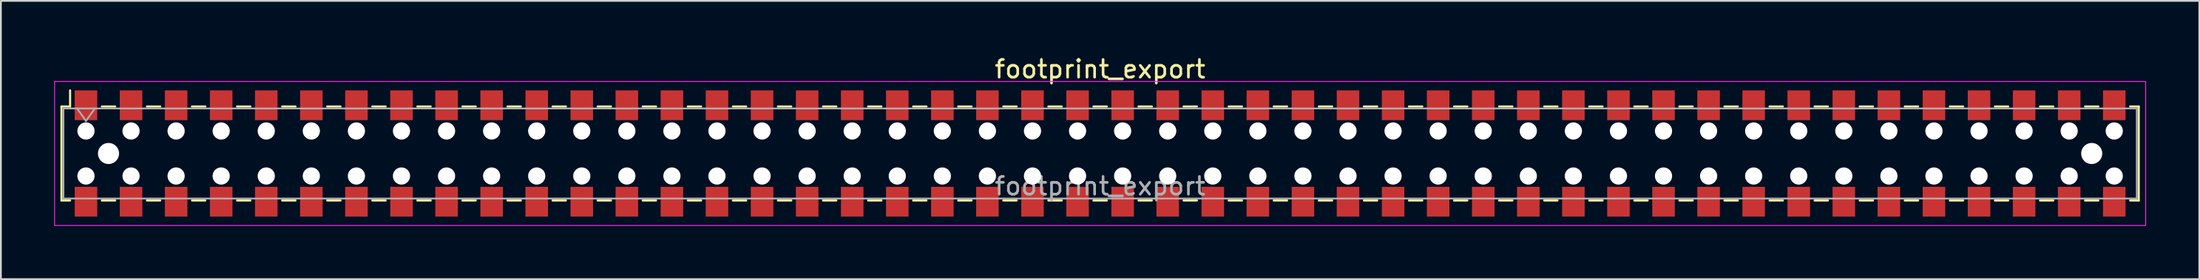
<source format=kicad_pcb>
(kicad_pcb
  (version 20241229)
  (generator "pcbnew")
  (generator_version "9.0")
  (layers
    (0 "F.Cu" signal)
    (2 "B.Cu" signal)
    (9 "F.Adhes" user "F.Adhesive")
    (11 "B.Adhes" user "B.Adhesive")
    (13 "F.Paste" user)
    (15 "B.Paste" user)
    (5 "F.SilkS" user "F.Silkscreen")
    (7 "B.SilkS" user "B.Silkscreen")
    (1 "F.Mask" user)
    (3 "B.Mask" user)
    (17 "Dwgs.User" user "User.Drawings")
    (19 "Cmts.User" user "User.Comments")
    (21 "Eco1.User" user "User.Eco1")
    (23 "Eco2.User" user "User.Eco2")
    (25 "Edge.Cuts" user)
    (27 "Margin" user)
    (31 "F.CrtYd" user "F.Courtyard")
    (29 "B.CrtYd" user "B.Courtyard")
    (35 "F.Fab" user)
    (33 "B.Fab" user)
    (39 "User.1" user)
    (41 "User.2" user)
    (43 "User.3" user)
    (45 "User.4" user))
  (footprint "footprint_export"
    (layer "F.Cu")
    (at 58.945 5.608)
    (property "Reference" "footprint_export" (at 0 -4.76 0) (layer "F.SilkS") (effects (font (size 1 1) (thickness 0.15))))
    (attr smd)
    (fp_line (start -58.53 -2.65) (end -58.53 2.65) (stroke (width 0.12) (type solid)) (layer "F.SilkS"))
    (fp_line (start -58.53 2.65) (end -58.045 2.65) (stroke (width 0.12) (type solid)) (layer "F.SilkS"))
    (fp_line (start -58.045 -3.56) (end -58.045 -2.65) (stroke (width 0.12) (type solid)) (layer "F.SilkS"))
    (fp_line (start -58.045 -2.65) (end -58.53 -2.65) (stroke (width 0.12) (type solid)) (layer "F.SilkS"))
    (fp_line (start -56.255 -2.65) (end -55.505 -2.65) (stroke (width 0.12) (type solid)) (layer "F.SilkS"))
    (fp_line (start -56.255 2.65) (end -55.505 2.65) (stroke (width 0.12) (type solid)) (layer "F.SilkS"))
    (fp_line (start -53.715 -2.65) (end -52.965 -2.65) (stroke (width 0.12) (type solid)) (layer "F.SilkS"))
    (fp_line (start -53.715 2.65) (end -52.965 2.65) (stroke (width 0.12) (type solid)) (layer "F.SilkS"))
    (fp_line (start -51.175 -2.65) (end -50.425 -2.65) (stroke (width 0.12) (type solid)) (layer "F.SilkS"))
    (fp_line (start -51.175 2.65) (end -50.425 2.65) (stroke (width 0.12) (type solid)) (layer "F.SilkS"))
    (fp_line (start -48.635 -2.65) (end -47.885 -2.65) (stroke (width 0.12) (type solid)) (layer "F.SilkS"))
    (fp_line (start -48.635 2.65) (end -47.885 2.65) (stroke (width 0.12) (type solid)) (layer "F.SilkS"))
    (fp_line (start -46.095 -2.65) (end -45.345 -2.65) (stroke (width 0.12) (type solid)) (layer "F.SilkS"))
    (fp_line (start -46.095 2.65) (end -45.345 2.65) (stroke (width 0.12) (type solid)) (layer "F.SilkS"))
    (fp_line (start -43.555 -2.65) (end -42.805 -2.65) (stroke (width 0.12) (type solid)) (layer "F.SilkS"))
    (fp_line (start -43.555 2.65) (end -42.805 2.65) (stroke (width 0.12) (type solid)) (layer "F.SilkS"))
    (fp_line (start -41.015 -2.65) (end -40.265 -2.65) (stroke (width 0.12) (type solid)) (layer "F.SilkS"))
    (fp_line (start -41.015 2.65) (end -40.265 2.65) (stroke (width 0.12) (type solid)) (layer "F.SilkS"))
    (fp_line (start -38.475 -2.65) (end -37.725 -2.65) (stroke (width 0.12) (type solid)) (layer "F.SilkS"))
    (fp_line (start -38.475 2.65) (end -37.725 2.65) (stroke (width 0.12) (type solid)) (layer "F.SilkS"))
    (fp_line (start -35.935 -2.65) (end -35.185 -2.65) (stroke (width 0.12) (type solid)) (layer "F.SilkS"))
    (fp_line (start -35.935 2.65) (end -35.185 2.65) (stroke (width 0.12) (type solid)) (layer "F.SilkS"))
    (fp_line (start -33.395 -2.65) (end -32.645 -2.65) (stroke (width 0.12) (type solid)) (layer "F.SilkS"))
    (fp_line (start -33.395 2.65) (end -32.645 2.65) (stroke (width 0.12) (type solid)) (layer "F.SilkS"))
    (fp_line (start -30.855 -2.65) (end -30.105 -2.65) (stroke (width 0.12) (type solid)) (layer "F.SilkS"))
    (fp_line (start -30.855 2.65) (end -30.105 2.65) (stroke (width 0.12) (type solid)) (layer "F.SilkS"))
    (fp_line (start -28.315 -2.65) (end -27.565 -2.65) (stroke (width 0.12) (type solid)) (layer "F.SilkS"))
    (fp_line (start -28.315 2.65) (end -27.565 2.65) (stroke (width 0.12) (type solid)) (layer "F.SilkS"))
    (fp_line (start -25.775 -2.65) (end -25.025 -2.65) (stroke (width 0.12) (type solid)) (layer "F.SilkS"))
    (fp_line (start -25.775 2.65) (end -25.025 2.65) (stroke (width 0.12) (type solid)) (layer "F.SilkS"))
    (fp_line (start -23.235 -2.65) (end -22.485 -2.65) (stroke (width 0.12) (type solid)) (layer "F.SilkS"))
    (fp_line (start -23.235 2.65) (end -22.485 2.65) (stroke (width 0.12) (type solid)) (layer "F.SilkS"))
    (fp_line (start -20.695 -2.65) (end -19.945 -2.65) (stroke (width 0.12) (type solid)) (layer "F.SilkS"))
    (fp_line (start -20.695 2.65) (end -19.945 2.65) (stroke (width 0.12) (type solid)) (layer "F.SilkS"))
    (fp_line (start -18.155 -2.65) (end -17.405 -2.65) (stroke (width 0.12) (type solid)) (layer "F.SilkS"))
    (fp_line (start -18.155 2.65) (end -17.405 2.65) (stroke (width 0.12) (type solid)) (layer "F.SilkS"))
    (fp_line (start -15.615 -2.65) (end -14.865 -2.65) (stroke (width 0.12) (type solid)) (layer "F.SilkS"))
    (fp_line (start -15.615 2.65) (end -14.865 2.65) (stroke (width 0.12) (type solid)) (layer "F.SilkS"))
    (fp_line (start -13.075 -2.65) (end -12.325 -2.65) (stroke (width 0.12) (type solid)) (layer "F.SilkS"))
    (fp_line (start -13.075 2.65) (end -12.325 2.65) (stroke (width 0.12) (type solid)) (layer "F.SilkS"))
    (fp_line (start -10.535 -2.65) (end -9.785 -2.65) (stroke (width 0.12) (type solid)) (layer "F.SilkS"))
    (fp_line (start -10.535 2.65) (end -9.785 2.65) (stroke (width 0.12) (type solid)) (layer "F.SilkS"))
    (fp_line (start -7.995 -2.65) (end -7.245 -2.65) (stroke (width 0.12) (type solid)) (layer "F.SilkS"))
    (fp_line (start -7.995 2.65) (end -7.245 2.65) (stroke (width 0.12) (type solid)) (layer "F.SilkS"))
    (fp_line (start -5.455 -2.65) (end -4.705 -2.65) (stroke (width 0.12) (type solid)) (layer "F.SilkS"))
    (fp_line (start -5.455 2.65) (end -4.705 2.65) (stroke (width 0.12) (type solid)) (layer "F.SilkS"))
    (fp_line (start -2.915 -2.65) (end -2.165 -2.65) (stroke (width 0.12) (type solid)) (layer "F.SilkS"))
    (fp_line (start -2.915 2.65) (end -2.165 2.65) (stroke (width 0.12) (type solid)) (layer "F.SilkS"))
    (fp_line (start -0.375 -2.65) (end 0.375 -2.65) (stroke (width 0.12) (type solid)) (layer "F.SilkS"))
    (fp_line (start -0.375 2.65) (end 0.375 2.65) (stroke (width 0.12) (type solid)) (layer "F.SilkS"))
    (fp_line (start 2.165 -2.65) (end 2.915 -2.65) (stroke (width 0.12) (type solid)) (layer "F.SilkS"))
    (fp_line (start 2.165 2.65) (end 2.915 2.65) (stroke (width 0.12) (type solid)) (layer "F.SilkS"))
    (fp_line (start 4.705 -2.65) (end 5.455 -2.65) (stroke (width 0.12) (type solid)) (layer "F.SilkS"))
    (fp_line (start 4.705 2.65) (end 5.455 2.65) (stroke (width 0.12) (type solid)) (layer "F.SilkS"))
    (fp_line (start 7.245 -2.65) (end 7.995 -2.65) (stroke (width 0.12) (type solid)) (layer "F.SilkS"))
    (fp_line (start 7.245 2.65) (end 7.995 2.65) (stroke (width 0.12) (type solid)) (layer "F.SilkS"))
    (fp_line (start 9.785 -2.65) (end 10.535 -2.65) (stroke (width 0.12) (type solid)) (layer "F.SilkS"))
    (fp_line (start 9.785 2.65) (end 10.535 2.65) (stroke (width 0.12) (type solid)) (layer "F.SilkS"))
    (fp_line (start 12.325 -2.65) (end 13.075 -2.65) (stroke (width 0.12) (type solid)) (layer "F.SilkS"))
    (fp_line (start 12.325 2.65) (end 13.075 2.65) (stroke (width 0.12) (type solid)) (layer "F.SilkS"))
    (fp_line (start 14.865 -2.65) (end 15.615 -2.65) (stroke (width 0.12) (type solid)) (layer "F.SilkS"))
    (fp_line (start 14.865 2.65) (end 15.615 2.65) (stroke (width 0.12) (type solid)) (layer "F.SilkS"))
    (fp_line (start 17.405 -2.65) (end 18.155 -2.65) (stroke (width 0.12) (type solid)) (layer "F.SilkS"))
    (fp_line (start 17.405 2.65) (end 18.155 2.65) (stroke (width 0.12) (type solid)) (layer "F.SilkS"))
    (fp_line (start 19.945 -2.65) (end 20.695 -2.65) (stroke (width 0.12) (type solid)) (layer "F.SilkS"))
    (fp_line (start 19.945 2.65) (end 20.695 2.65) (stroke (width 0.12) (type solid)) (layer "F.SilkS"))
    (fp_line (start 22.485 -2.65) (end 23.235 -2.65) (stroke (width 0.12) (type solid)) (layer "F.SilkS"))
    (fp_line (start 22.485 2.65) (end 23.235 2.65) (stroke (width 0.12) (type solid)) (layer "F.SilkS"))
    (fp_line (start 25.025 -2.65) (end 25.775 -2.65) (stroke (width 0.12) (type solid)) (layer "F.SilkS"))
    (fp_line (start 25.025 2.65) (end 25.775 2.65) (stroke (width 0.12) (type solid)) (layer "F.SilkS"))
    (fp_line (start 27.565 -2.65) (end 28.315 -2.65) (stroke (width 0.12) (type solid)) (layer "F.SilkS"))
    (fp_line (start 27.565 2.65) (end 28.315 2.65) (stroke (width 0.12) (type solid)) (layer "F.SilkS"))
    (fp_line (start 30.105 -2.65) (end 30.855 -2.65) (stroke (width 0.12) (type solid)) (layer "F.SilkS"))
    (fp_line (start 30.105 2.65) (end 30.855 2.65) (stroke (width 0.12) (type solid)) (layer "F.SilkS"))
    (fp_line (start 32.645 -2.65) (end 33.395 -2.65) (stroke (width 0.12) (type solid)) (layer "F.SilkS"))
    (fp_line (start 32.645 2.65) (end 33.395 2.65) (stroke (width 0.12) (type solid)) (layer "F.SilkS"))
    (fp_line (start 35.185 -2.65) (end 35.935 -2.65) (stroke (width 0.12) (type solid)) (layer "F.SilkS"))
    (fp_line (start 35.185 2.65) (end 35.935 2.65) (stroke (width 0.12) (type solid)) (layer "F.SilkS"))
    (fp_line (start 37.725 -2.65) (end 38.475 -2.65) (stroke (width 0.12) (type solid)) (layer "F.SilkS"))
    (fp_line (start 37.725 2.65) (end 38.475 2.65) (stroke (width 0.12) (type solid)) (layer "F.SilkS"))
    (fp_line (start 40.265 -2.65) (end 41.015 -2.65) (stroke (width 0.12) (type solid)) (layer "F.SilkS"))
    (fp_line (start 40.265 2.65) (end 41.015 2.65) (stroke (width 0.12) (type solid)) (layer "F.SilkS"))
    (fp_line (start 42.805 -2.65) (end 43.555 -2.65) (stroke (width 0.12) (type solid)) (layer "F.SilkS"))
    (fp_line (start 42.805 2.65) (end 43.555 2.65) (stroke (width 0.12) (type solid)) (layer "F.SilkS"))
    (fp_line (start 45.345 -2.65) (end 46.095 -2.65) (stroke (width 0.12) (type solid)) (layer "F.SilkS"))
    (fp_line (start 45.345 2.65) (end 46.095 2.65) (stroke (width 0.12) (type solid)) (layer "F.SilkS"))
    (fp_line (start 47.885 -2.65) (end 48.635 -2.65) (stroke (width 0.12) (type solid)) (layer "F.SilkS"))
    (fp_line (start 47.885 2.65) (end 48.635 2.65) (stroke (width 0.12) (type solid)) (layer "F.SilkS"))
    (fp_line (start 50.425 -2.65) (end 51.175 -2.65) (stroke (width 0.12) (type solid)) (layer "F.SilkS"))
    (fp_line (start 50.425 2.65) (end 51.175 2.65) (stroke (width 0.12) (type solid)) (layer "F.SilkS"))
    (fp_line (start 52.965 -2.65) (end 53.715 -2.65) (stroke (width 0.12) (type solid)) (layer "F.SilkS"))
    (fp_line (start 52.965 2.65) (end 53.715 2.65) (stroke (width 0.12) (type solid)) (layer "F.SilkS"))
    (fp_line (start 55.505 -2.65) (end 56.255 -2.65) (stroke (width 0.12) (type solid)) (layer "F.SilkS"))
    (fp_line (start 55.505 2.65) (end 56.255 2.65) (stroke (width 0.12) (type solid)) (layer "F.SilkS"))
    (fp_line (start 58.045 -2.65) (end 58.53 -2.65) (stroke (width 0.12) (type solid)) (layer "F.SilkS"))
    (fp_line (start 58.53 -2.65) (end 58.53 2.65) (stroke (width 0.12) (type solid)) (layer "F.SilkS"))
    (fp_line (start 58.53 2.65) (end 58.045 2.65) (stroke (width 0.12) (type solid)) (layer "F.SilkS"))
    (fp_line (start -58.92 -4.06) (end 58.92 -4.06) (stroke (width 0.05) (type solid)) (layer "F.CrtYd"))
    (fp_line (start -58.92 4.06) (end -58.92 -4.06) (stroke (width 0.05) (type solid)) (layer "F.CrtYd"))
    (fp_line (start 58.92 -4.06) (end 58.92 4.06) (stroke (width 0.05) (type solid)) (layer "F.CrtYd"))
    (fp_line (start 58.92 4.06) (end -58.92 4.06) (stroke (width 0.05) (type solid)) (layer "F.CrtYd"))
    (fp_line (start -58.42 -2.54) (end 58.42 -2.54) (stroke (width 0.1) (type solid)) (layer "F.Fab"))
    (fp_line (start -58.42 2.54) (end -58.42 -2.54) (stroke (width 0.1) (type solid)) (layer "F.Fab"))
    (fp_line (start -57.65 -2.54) (end -57.15 -1.833) (stroke (width 0.1) (type solid)) (layer "F.Fab"))
    (fp_line (start -57.15 -1.833) (end -56.65 -2.54) (stroke (width 0.1) (type solid)) (layer "F.Fab"))
    (fp_line (start 58.42 -2.54) (end 58.42 2.54) (stroke (width 0.1) (type solid)) (layer "F.Fab"))
    (fp_line (start 58.42 2.54) (end -58.42 2.54) (stroke (width 0.1) (type solid)) (layer "F.Fab"))
    (fp_text user "${REFERENCE}" (at 0 1.84 0) (layer "F.Fab") (effects (font (size 1 1) (thickness 0.15))))
    (pad "" np_thru_hole circle (at -57.15 -1.27) (size 0.97 0.97) (drill 0.97) (layers "*.Cu" "*.Mask"))
    (pad "" np_thru_hole circle (at -57.15 1.27) (size 0.97 0.97) (drill 0.97) (layers "*.Cu" "*.Mask"))
    (pad "" np_thru_hole circle (at -55.88 0) (size 1.19 1.19) (drill 1.19) (layers "*.Cu" "*.Mask"))
    (pad "" np_thru_hole circle (at -54.61 -1.27) (size 0.97 0.97) (drill 0.97) (layers "*.Cu" "*.Mask"))
    (pad "" np_thru_hole circle (at -54.61 1.27) (size 0.97 0.97) (drill 0.97) (layers "*.Cu" "*.Mask"))
    (pad "" np_thru_hole circle (at -52.07 -1.27) (size 0.97 0.97) (drill 0.97) (layers "*.Cu" "*.Mask"))
    (pad "" np_thru_hole circle (at -52.07 1.27) (size 0.97 0.97) (drill 0.97) (layers "*.Cu" "*.Mask"))
    (pad "" np_thru_hole circle (at -49.53 -1.27) (size 0.97 0.97) (drill 0.97) (layers "*.Cu" "*.Mask"))
    (pad "" np_thru_hole circle (at -49.53 1.27) (size 0.97 0.97) (drill 0.97) (layers "*.Cu" "*.Mask"))
    (pad "" np_thru_hole circle (at -46.99 -1.27) (size 0.97 0.97) (drill 0.97) (layers "*.Cu" "*.Mask"))
    (pad "" np_thru_hole circle (at -46.99 1.27) (size 0.97 0.97) (drill 0.97) (layers "*.Cu" "*.Mask"))
    (pad "" np_thru_hole circle (at -44.45 -1.27) (size 0.97 0.97) (drill 0.97) (layers "*.Cu" "*.Mask"))
    (pad "" np_thru_hole circle (at -44.45 1.27) (size 0.97 0.97) (drill 0.97) (layers "*.Cu" "*.Mask"))
    (pad "" np_thru_hole circle (at -41.91 -1.27) (size 0.97 0.97) (drill 0.97) (layers "*.Cu" "*.Mask"))
    (pad "" np_thru_hole circle (at -41.91 1.27) (size 0.97 0.97) (drill 0.97) (layers "*.Cu" "*.Mask"))
    (pad "" np_thru_hole circle (at -39.37 -1.27) (size 0.97 0.97) (drill 0.97) (layers "*.Cu" "*.Mask"))
    (pad "" np_thru_hole circle (at -39.37 1.27) (size 0.97 0.97) (drill 0.97) (layers "*.Cu" "*.Mask"))
    (pad "" np_thru_hole circle (at -36.83 -1.27) (size 0.97 0.97) (drill 0.97) (layers "*.Cu" "*.Mask"))
    (pad "" np_thru_hole circle (at -36.83 1.27) (size 0.97 0.97) (drill 0.97) (layers "*.Cu" "*.Mask"))
    (pad "" np_thru_hole circle (at -34.29 -1.27) (size 0.97 0.97) (drill 0.97) (layers "*.Cu" "*.Mask"))
    (pad "" np_thru_hole circle (at -34.29 1.27) (size 0.97 0.97) (drill 0.97) (layers "*.Cu" "*.Mask"))
    (pad "" np_thru_hole circle (at -31.75 -1.27) (size 0.97 0.97) (drill 0.97) (layers "*.Cu" "*.Mask"))
    (pad "" np_thru_hole circle (at -31.75 1.27) (size 0.97 0.97) (drill 0.97) (layers "*.Cu" "*.Mask"))
    (pad "" np_thru_hole circle (at -29.21 -1.27) (size 0.97 0.97) (drill 0.97) (layers "*.Cu" "*.Mask"))
    (pad "" np_thru_hole circle (at -29.21 1.27) (size 0.97 0.97) (drill 0.97) (layers "*.Cu" "*.Mask"))
    (pad "" np_thru_hole circle (at -26.67 -1.27) (size 0.97 0.97) (drill 0.97) (layers "*.Cu" "*.Mask"))
    (pad "" np_thru_hole circle (at -26.67 1.27) (size 0.97 0.97) (drill 0.97) (layers "*.Cu" "*.Mask"))
    (pad "" np_thru_hole circle (at -24.13 -1.27) (size 0.97 0.97) (drill 0.97) (layers "*.Cu" "*.Mask"))
    (pad "" np_thru_hole circle (at -24.13 1.27) (size 0.97 0.97) (drill 0.97) (layers "*.Cu" "*.Mask"))
    (pad "" np_thru_hole circle (at -21.59 -1.27) (size 0.97 0.97) (drill 0.97) (layers "*.Cu" "*.Mask"))
    (pad "" np_thru_hole circle (at -21.59 1.27) (size 0.97 0.97) (drill 0.97) (layers "*.Cu" "*.Mask"))
    (pad "" np_thru_hole circle (at -19.05 -1.27) (size 0.97 0.97) (drill 0.97) (layers "*.Cu" "*.Mask"))
    (pad "" np_thru_hole circle (at -19.05 1.27) (size 0.97 0.97) (drill 0.97) (layers "*.Cu" "*.Mask"))
    (pad "" np_thru_hole circle (at -16.51 -1.27) (size 0.97 0.97) (drill 0.97) (layers "*.Cu" "*.Mask"))
    (pad "" np_thru_hole circle (at -16.51 1.27) (size 0.97 0.97) (drill 0.97) (layers "*.Cu" "*.Mask"))
    (pad "" np_thru_hole circle (at -13.97 -1.27) (size 0.97 0.97) (drill 0.97) (layers "*.Cu" "*.Mask"))
    (pad "" np_thru_hole circle (at -13.97 1.27) (size 0.97 0.97) (drill 0.97) (layers "*.Cu" "*.Mask"))
    (pad "" np_thru_hole circle (at -11.43 -1.27) (size 0.97 0.97) (drill 0.97) (layers "*.Cu" "*.Mask"))
    (pad "" np_thru_hole circle (at -11.43 1.27) (size 0.97 0.97) (drill 0.97) (layers "*.Cu" "*.Mask"))
    (pad "" np_thru_hole circle (at -8.89 -1.27) (size 0.97 0.97) (drill 0.97) (layers "*.Cu" "*.Mask"))
    (pad "" np_thru_hole circle (at -8.89 1.27) (size 0.97 0.97) (drill 0.97) (layers "*.Cu" "*.Mask"))
    (pad "" np_thru_hole circle (at -6.35 -1.27) (size 0.97 0.97) (drill 0.97) (layers "*.Cu" "*.Mask"))
    (pad "" np_thru_hole circle (at -6.35 1.27) (size 0.97 0.97) (drill 0.97) (layers "*.Cu" "*.Mask"))
    (pad "" np_thru_hole circle (at -3.81 -1.27) (size 0.97 0.97) (drill 0.97) (layers "*.Cu" "*.Mask"))
    (pad "" np_thru_hole circle (at -3.81 1.27) (size 0.97 0.97) (drill 0.97) (layers "*.Cu" "*.Mask"))
    (pad "" np_thru_hole circle (at -1.27 -1.27) (size 0.97 0.97) (drill 0.97) (layers "*.Cu" "*.Mask"))
    (pad "" np_thru_hole circle (at -1.27 1.27) (size 0.97 0.97) (drill 0.97) (layers "*.Cu" "*.Mask"))
    (pad "" np_thru_hole circle (at 1.27 -1.27) (size 0.97 0.97) (drill 0.97) (layers "*.Cu" "*.Mask"))
    (pad "" np_thru_hole circle (at 1.27 1.27) (size 0.97 0.97) (drill 0.97) (layers "*.Cu" "*.Mask"))
    (pad "" np_thru_hole circle (at 3.81 -1.27) (size 0.97 0.97) (drill 0.97) (layers "*.Cu" "*.Mask"))
    (pad "" np_thru_hole circle (at 3.81 1.27) (size 0.97 0.97) (drill 0.97) (layers "*.Cu" "*.Mask"))
    (pad "" np_thru_hole circle (at 6.35 -1.27) (size 0.97 0.97) (drill 0.97) (layers "*.Cu" "*.Mask"))
    (pad "" np_thru_hole circle (at 6.35 1.27) (size 0.97 0.97) (drill 0.97) (layers "*.Cu" "*.Mask"))
    (pad "" np_thru_hole circle (at 8.89 -1.27) (size 0.97 0.97) (drill 0.97) (layers "*.Cu" "*.Mask"))
    (pad "" np_thru_hole circle (at 8.89 1.27) (size 0.97 0.97) (drill 0.97) (layers "*.Cu" "*.Mask"))
    (pad "" np_thru_hole circle (at 11.43 -1.27) (size 0.97 0.97) (drill 0.97) (layers "*.Cu" "*.Mask"))
    (pad "" np_thru_hole circle (at 11.43 1.27) (size 0.97 0.97) (drill 0.97) (layers "*.Cu" "*.Mask"))
    (pad "" np_thru_hole circle (at 13.97 -1.27) (size 0.97 0.97) (drill 0.97) (layers "*.Cu" "*.Mask"))
    (pad "" np_thru_hole circle (at 13.97 1.27) (size 0.97 0.97) (drill 0.97) (layers "*.Cu" "*.Mask"))
    (pad "" np_thru_hole circle (at 16.51 -1.27) (size 0.97 0.97) (drill 0.97) (layers "*.Cu" "*.Mask"))
    (pad "" np_thru_hole circle (at 16.51 1.27) (size 0.97 0.97) (drill 0.97) (layers "*.Cu" "*.Mask"))
    (pad "" np_thru_hole circle (at 19.05 -1.27) (size 0.97 0.97) (drill 0.97) (layers "*.Cu" "*.Mask"))
    (pad "" np_thru_hole circle (at 19.05 1.27) (size 0.97 0.97) (drill 0.97) (layers "*.Cu" "*.Mask"))
    (pad "" np_thru_hole circle (at 21.59 -1.27) (size 0.97 0.97) (drill 0.97) (layers "*.Cu" "*.Mask"))
    (pad "" np_thru_hole circle (at 21.59 1.27) (size 0.97 0.97) (drill 0.97) (layers "*.Cu" "*.Mask"))
    (pad "" np_thru_hole circle (at 24.13 -1.27) (size 0.97 0.97) (drill 0.97) (layers "*.Cu" "*.Mask"))
    (pad "" np_thru_hole circle (at 24.13 1.27) (size 0.97 0.97) (drill 0.97) (layers "*.Cu" "*.Mask"))
    (pad "" np_thru_hole circle (at 26.67 -1.27) (size 0.97 0.97) (drill 0.97) (layers "*.Cu" "*.Mask"))
    (pad "" np_thru_hole circle (at 26.67 1.27) (size 0.97 0.97) (drill 0.97) (layers "*.Cu" "*.Mask"))
    (pad "" np_thru_hole circle (at 29.21 -1.27) (size 0.97 0.97) (drill 0.97) (layers "*.Cu" "*.Mask"))
    (pad "" np_thru_hole circle (at 29.21 1.27) (size 0.97 0.97) (drill 0.97) (layers "*.Cu" "*.Mask"))
    (pad "" np_thru_hole circle (at 31.75 -1.27) (size 0.97 0.97) (drill 0.97) (layers "*.Cu" "*.Mask"))
    (pad "" np_thru_hole circle (at 31.75 1.27) (size 0.97 0.97) (drill 0.97) (layers "*.Cu" "*.Mask"))
    (pad "" np_thru_hole circle (at 34.29 -1.27) (size 0.97 0.97) (drill 0.97) (layers "*.Cu" "*.Mask"))
    (pad "" np_thru_hole circle (at 34.29 1.27) (size 0.97 0.97) (drill 0.97) (layers "*.Cu" "*.Mask"))
    (pad "" np_thru_hole circle (at 36.83 -1.27) (size 0.97 0.97) (drill 0.97) (layers "*.Cu" "*.Mask"))
    (pad "" np_thru_hole circle (at 36.83 1.27) (size 0.97 0.97) (drill 0.97) (layers "*.Cu" "*.Mask"))
    (pad "" np_thru_hole circle (at 39.37 -1.27) (size 0.97 0.97) (drill 0.97) (layers "*.Cu" "*.Mask"))
    (pad "" np_thru_hole circle (at 39.37 1.27) (size 0.97 0.97) (drill 0.97) (layers "*.Cu" "*.Mask"))
    (pad "" np_thru_hole circle (at 41.91 -1.27) (size 0.97 0.97) (drill 0.97) (layers "*.Cu" "*.Mask"))
    (pad "" np_thru_hole circle (at 41.91 1.27) (size 0.97 0.97) (drill 0.97) (layers "*.Cu" "*.Mask"))
    (pad "" np_thru_hole circle (at 44.45 -1.27) (size 0.97 0.97) (drill 0.97) (layers "*.Cu" "*.Mask"))
    (pad "" np_thru_hole circle (at 44.45 1.27) (size 0.97 0.97) (drill 0.97) (layers "*.Cu" "*.Mask"))
    (pad "" np_thru_hole circle (at 46.99 -1.27) (size 0.97 0.97) (drill 0.97) (layers "*.Cu" "*.Mask"))
    (pad "" np_thru_hole circle (at 46.99 1.27) (size 0.97 0.97) (drill 0.97) (layers "*.Cu" "*.Mask"))
    (pad "" np_thru_hole circle (at 49.53 -1.27) (size 0.97 0.97) (drill 0.97) (layers "*.Cu" "*.Mask"))
    (pad "" np_thru_hole circle (at 49.53 1.27) (size 0.97 0.97) (drill 0.97) (layers "*.Cu" "*.Mask"))
    (pad "" np_thru_hole circle (at 52.07 -1.27) (size 0.97 0.97) (drill 0.97) (layers "*.Cu" "*.Mask"))
    (pad "" np_thru_hole circle (at 52.07 1.27) (size 0.97 0.97) (drill 0.97) (layers "*.Cu" "*.Mask"))
    (pad "" np_thru_hole circle (at 54.61 -1.27) (size 0.97 0.97) (drill 0.97) (layers "*.Cu" "*.Mask"))
    (pad "" np_thru_hole circle (at 54.61 1.27) (size 0.97 0.97) (drill 0.97) (layers "*.Cu" "*.Mask"))
    (pad "" np_thru_hole circle (at 55.88 0) (size 1.19 1.19) (drill 1.19) (layers "*.Cu" "*.Mask"))
    (pad "" np_thru_hole circle (at 57.15 -1.27) (size 0.97 0.97) (drill 0.97) (layers "*.Cu" "*.Mask"))
    (pad "" np_thru_hole circle (at 57.15 1.27) (size 0.97 0.97) (drill 0.97) (layers "*.Cu" "*.Mask"))
    (pad "1" smd rect (at -57.15 -2.72) (size 1.27 1.68) (layers "F.Cu" "F.Mask" "F.Paste"))
    (pad "2" smd rect (at -57.15 2.72) (size 1.27 1.68) (layers "F.Cu" "F.Mask" "F.Paste"))
    (pad "3" smd rect (at -54.61 -2.72) (size 1.27 1.68) (layers "F.Cu" "F.Mask" "F.Paste"))
    (pad "4" smd rect (at -54.61 2.72) (size 1.27 1.68) (layers "F.Cu" "F.Mask" "F.Paste"))
    (pad "5" smd rect (at -52.07 -2.72) (size 1.27 1.68) (layers "F.Cu" "F.Mask" "F.Paste"))
    (pad "6" smd rect (at -52.07 2.72) (size 1.27 1.68) (layers "F.Cu" "F.Mask" "F.Paste"))
    (pad "7" smd rect (at -49.53 -2.72) (size 1.27 1.68) (layers "F.Cu" "F.Mask" "F.Paste"))
    (pad "8" smd rect (at -49.53 2.72) (size 1.27 1.68) (layers "F.Cu" "F.Mask" "F.Paste"))
    (pad "9" smd rect (at -46.99 -2.72) (size 1.27 1.68) (layers "F.Cu" "F.Mask" "F.Paste"))
    (pad "10" smd rect (at -46.99 2.72) (size 1.27 1.68) (layers "F.Cu" "F.Mask" "F.Paste"))
    (pad "11" smd rect (at -44.45 -2.72) (size 1.27 1.68) (layers "F.Cu" "F.Mask" "F.Paste"))
    (pad "12" smd rect (at -44.45 2.72) (size 1.27 1.68) (layers "F.Cu" "F.Mask" "F.Paste"))
    (pad "13" smd rect (at -41.91 -2.72) (size 1.27 1.68) (layers "F.Cu" "F.Mask" "F.Paste"))
    (pad "14" smd rect (at -41.91 2.72) (size 1.27 1.68) (layers "F.Cu" "F.Mask" "F.Paste"))
    (pad "15" smd rect (at -39.37 -2.72) (size 1.27 1.68) (layers "F.Cu" "F.Mask" "F.Paste"))
    (pad "16" smd rect (at -39.37 2.72) (size 1.27 1.68) (layers "F.Cu" "F.Mask" "F.Paste"))
    (pad "17" smd rect (at -36.83 -2.72) (size 1.27 1.68) (layers "F.Cu" "F.Mask" "F.Paste"))
    (pad "18" smd rect (at -36.83 2.72) (size 1.27 1.68) (layers "F.Cu" "F.Mask" "F.Paste"))
    (pad "19" smd rect (at -34.29 -2.72) (size 1.27 1.68) (layers "F.Cu" "F.Mask" "F.Paste"))
    (pad "20" smd rect (at -34.29 2.72) (size 1.27 1.68) (layers "F.Cu" "F.Mask" "F.Paste"))
    (pad "21" smd rect (at -31.75 -2.72) (size 1.27 1.68) (layers "F.Cu" "F.Mask" "F.Paste"))
    (pad "22" smd rect (at -31.75 2.72) (size 1.27 1.68) (layers "F.Cu" "F.Mask" "F.Paste"))
    (pad "23" smd rect (at -29.21 -2.72) (size 1.27 1.68) (layers "F.Cu" "F.Mask" "F.Paste"))
    (pad "24" smd rect (at -29.21 2.72) (size 1.27 1.68) (layers "F.Cu" "F.Mask" "F.Paste"))
    (pad "25" smd rect (at -26.67 -2.72) (size 1.27 1.68) (layers "F.Cu" "F.Mask" "F.Paste"))
    (pad "26" smd rect (at -26.67 2.72) (size 1.27 1.68) (layers "F.Cu" "F.Mask" "F.Paste"))
    (pad "27" smd rect (at -24.13 -2.72) (size 1.27 1.68) (layers "F.Cu" "F.Mask" "F.Paste"))
    (pad "28" smd rect (at -24.13 2.72) (size 1.27 1.68) (layers "F.Cu" "F.Mask" "F.Paste"))
    (pad "29" smd rect (at -21.59 -2.72) (size 1.27 1.68) (layers "F.Cu" "F.Mask" "F.Paste"))
    (pad "30" smd rect (at -21.59 2.72) (size 1.27 1.68) (layers "F.Cu" "F.Mask" "F.Paste"))
    (pad "31" smd rect (at -19.05 -2.72) (size 1.27 1.68) (layers "F.Cu" "F.Mask" "F.Paste"))
    (pad "32" smd rect (at -19.05 2.72) (size 1.27 1.68) (layers "F.Cu" "F.Mask" "F.Paste"))
    (pad "33" smd rect (at -16.51 -2.72) (size 1.27 1.68) (layers "F.Cu" "F.Mask" "F.Paste"))
    (pad "34" smd rect (at -16.51 2.72) (size 1.27 1.68) (layers "F.Cu" "F.Mask" "F.Paste"))
    (pad "35" smd rect (at -13.97 -2.72) (size 1.27 1.68) (layers "F.Cu" "F.Mask" "F.Paste"))
    (pad "36" smd rect (at -13.97 2.72) (size 1.27 1.68) (layers "F.Cu" "F.Mask" "F.Paste"))
    (pad "37" smd rect (at -11.43 -2.72) (size 1.27 1.68) (layers "F.Cu" "F.Mask" "F.Paste"))
    (pad "38" smd rect (at -11.43 2.72) (size 1.27 1.68) (layers "F.Cu" "F.Mask" "F.Paste"))
    (pad "39" smd rect (at -8.89 -2.72) (size 1.27 1.68) (layers "F.Cu" "F.Mask" "F.Paste"))
    (pad "40" smd rect (at -8.89 2.72) (size 1.27 1.68) (layers "F.Cu" "F.Mask" "F.Paste"))
    (pad "41" smd rect (at -6.35 -2.72) (size 1.27 1.68) (layers "F.Cu" "F.Mask" "F.Paste"))
    (pad "42" smd rect (at -6.35 2.72) (size 1.27 1.68) (layers "F.Cu" "F.Mask" "F.Paste"))
    (pad "43" smd rect (at -3.81 -2.72) (size 1.27 1.68) (layers "F.Cu" "F.Mask" "F.Paste"))
    (pad "44" smd rect (at -3.81 2.72) (size 1.27 1.68) (layers "F.Cu" "F.Mask" "F.Paste"))
    (pad "45" smd rect (at -1.27 -2.72) (size 1.27 1.68) (layers "F.Cu" "F.Mask" "F.Paste"))
    (pad "46" smd rect (at -1.27 2.72) (size 1.27 1.68) (layers "F.Cu" "F.Mask" "F.Paste"))
    (pad "47" smd rect (at 1.27 -2.72) (size 1.27 1.68) (layers "F.Cu" "F.Mask" "F.Paste"))
    (pad "48" smd rect (at 1.27 2.72) (size 1.27 1.68) (layers "F.Cu" "F.Mask" "F.Paste"))
    (pad "49" smd rect (at 3.81 -2.72) (size 1.27 1.68) (layers "F.Cu" "F.Mask" "F.Paste"))
    (pad "50" smd rect (at 3.81 2.72) (size 1.27 1.68) (layers "F.Cu" "F.Mask" "F.Paste"))
    (pad "51" smd rect (at 6.35 -2.72) (size 1.27 1.68) (layers "F.Cu" "F.Mask" "F.Paste"))
    (pad "52" smd rect (at 6.35 2.72) (size 1.27 1.68) (layers "F.Cu" "F.Mask" "F.Paste"))
    (pad "53" smd rect (at 8.89 -2.72) (size 1.27 1.68) (layers "F.Cu" "F.Mask" "F.Paste"))
    (pad "54" smd rect (at 8.89 2.72) (size 1.27 1.68) (layers "F.Cu" "F.Mask" "F.Paste"))
    (pad "55" smd rect (at 11.43 -2.72) (size 1.27 1.68) (layers "F.Cu" "F.Mask" "F.Paste"))
    (pad "56" smd rect (at 11.43 2.72) (size 1.27 1.68) (layers "F.Cu" "F.Mask" "F.Paste"))
    (pad "57" smd rect (at 13.97 -2.72) (size 1.27 1.68) (layers "F.Cu" "F.Mask" "F.Paste"))
    (pad "58" smd rect (at 13.97 2.72) (size 1.27 1.68) (layers "F.Cu" "F.Mask" "F.Paste"))
    (pad "59" smd rect (at 16.51 -2.72) (size 1.27 1.68) (layers "F.Cu" "F.Mask" "F.Paste"))
    (pad "60" smd rect (at 16.51 2.72) (size 1.27 1.68) (layers "F.Cu" "F.Mask" "F.Paste"))
    (pad "61" smd rect (at 19.05 -2.72) (size 1.27 1.68) (layers "F.Cu" "F.Mask" "F.Paste"))
    (pad "62" smd rect (at 19.05 2.72) (size 1.27 1.68) (layers "F.Cu" "F.Mask" "F.Paste"))
    (pad "63" smd rect (at 21.59 -2.72) (size 1.27 1.68) (layers "F.Cu" "F.Mask" "F.Paste"))
    (pad "64" smd rect (at 21.59 2.72) (size 1.27 1.68) (layers "F.Cu" "F.Mask" "F.Paste"))
    (pad "65" smd rect (at 24.13 -2.72) (size 1.27 1.68) (layers "F.Cu" "F.Mask" "F.Paste"))
    (pad "66" smd rect (at 24.13 2.72) (size 1.27 1.68) (layers "F.Cu" "F.Mask" "F.Paste"))
    (pad "67" smd rect (at 26.67 -2.72) (size 1.27 1.68) (layers "F.Cu" "F.Mask" "F.Paste"))
    (pad "68" smd rect (at 26.67 2.72) (size 1.27 1.68) (layers "F.Cu" "F.Mask" "F.Paste"))
    (pad "69" smd rect (at 29.21 -2.72) (size 1.27 1.68) (layers "F.Cu" "F.Mask" "F.Paste"))
    (pad "70" smd rect (at 29.21 2.72) (size 1.27 1.68) (layers "F.Cu" "F.Mask" "F.Paste"))
    (pad "71" smd rect (at 31.75 -2.72) (size 1.27 1.68) (layers "F.Cu" "F.Mask" "F.Paste"))
    (pad "72" smd rect (at 31.75 2.72) (size 1.27 1.68) (layers "F.Cu" "F.Mask" "F.Paste"))
    (pad "73" smd rect (at 34.29 -2.72) (size 1.27 1.68) (layers "F.Cu" "F.Mask" "F.Paste"))
    (pad "74" smd rect (at 34.29 2.72) (size 1.27 1.68) (layers "F.Cu" "F.Mask" "F.Paste"))
    (pad "75" smd rect (at 36.83 -2.72) (size 1.27 1.68) (layers "F.Cu" "F.Mask" "F.Paste"))
    (pad "76" smd rect (at 36.83 2.72) (size 1.27 1.68) (layers "F.Cu" "F.Mask" "F.Paste"))
    (pad "77" smd rect (at 39.37 -2.72) (size 1.27 1.68) (layers "F.Cu" "F.Mask" "F.Paste"))
    (pad "78" smd rect (at 39.37 2.72) (size 1.27 1.68) (layers "F.Cu" "F.Mask" "F.Paste"))
    (pad "79" smd rect (at 41.91 -2.72) (size 1.27 1.68) (layers "F.Cu" "F.Mask" "F.Paste"))
    (pad "80" smd rect (at 41.91 2.72) (size 1.27 1.68) (layers "F.Cu" "F.Mask" "F.Paste"))
    (pad "81" smd rect (at 44.45 -2.72) (size 1.27 1.68) (layers "F.Cu" "F.Mask" "F.Paste"))
    (pad "82" smd rect (at 44.45 2.72) (size 1.27 1.68) (layers "F.Cu" "F.Mask" "F.Paste"))
    (pad "83" smd rect (at 46.99 -2.72) (size 1.27 1.68) (layers "F.Cu" "F.Mask" "F.Paste"))
    (pad "84" smd rect (at 46.99 2.72) (size 1.27 1.68) (layers "F.Cu" "F.Mask" "F.Paste"))
    (pad "85" smd rect (at 49.53 -2.72) (size 1.27 1.68) (layers "F.Cu" "F.Mask" "F.Paste"))
    (pad "86" smd rect (at 49.53 2.72) (size 1.27 1.68) (layers "F.Cu" "F.Mask" "F.Paste"))
    (pad "87" smd rect (at 52.07 -2.72) (size 1.27 1.68) (layers "F.Cu" "F.Mask" "F.Paste"))
    (pad "88" smd rect (at 52.07 2.72) (size 1.27 1.68) (layers "F.Cu" "F.Mask" "F.Paste"))
    (pad "89" smd rect (at 54.61 -2.72) (size 1.27 1.68) (layers "F.Cu" "F.Mask" "F.Paste"))
    (pad "90" smd rect (at 54.61 2.72) (size 1.27 1.68) (layers "F.Cu" "F.Mask" "F.Paste"))
    (pad "91" smd rect (at 57.15 -2.72) (size 1.27 1.68) (layers "F.Cu" "F.Mask" "F.Paste"))
    (pad "92" smd rect (at 57.15 2.72) (size 1.27 1.68) (layers "F.Cu" "F.Mask" "F.Paste")))
  (gr_rect
    (start -3 -3)
    (end 120.89 12.693)
    (stroke (width 0.1) (type default))
    (fill no)
    (layer "Edge.Cuts")))
</source>
